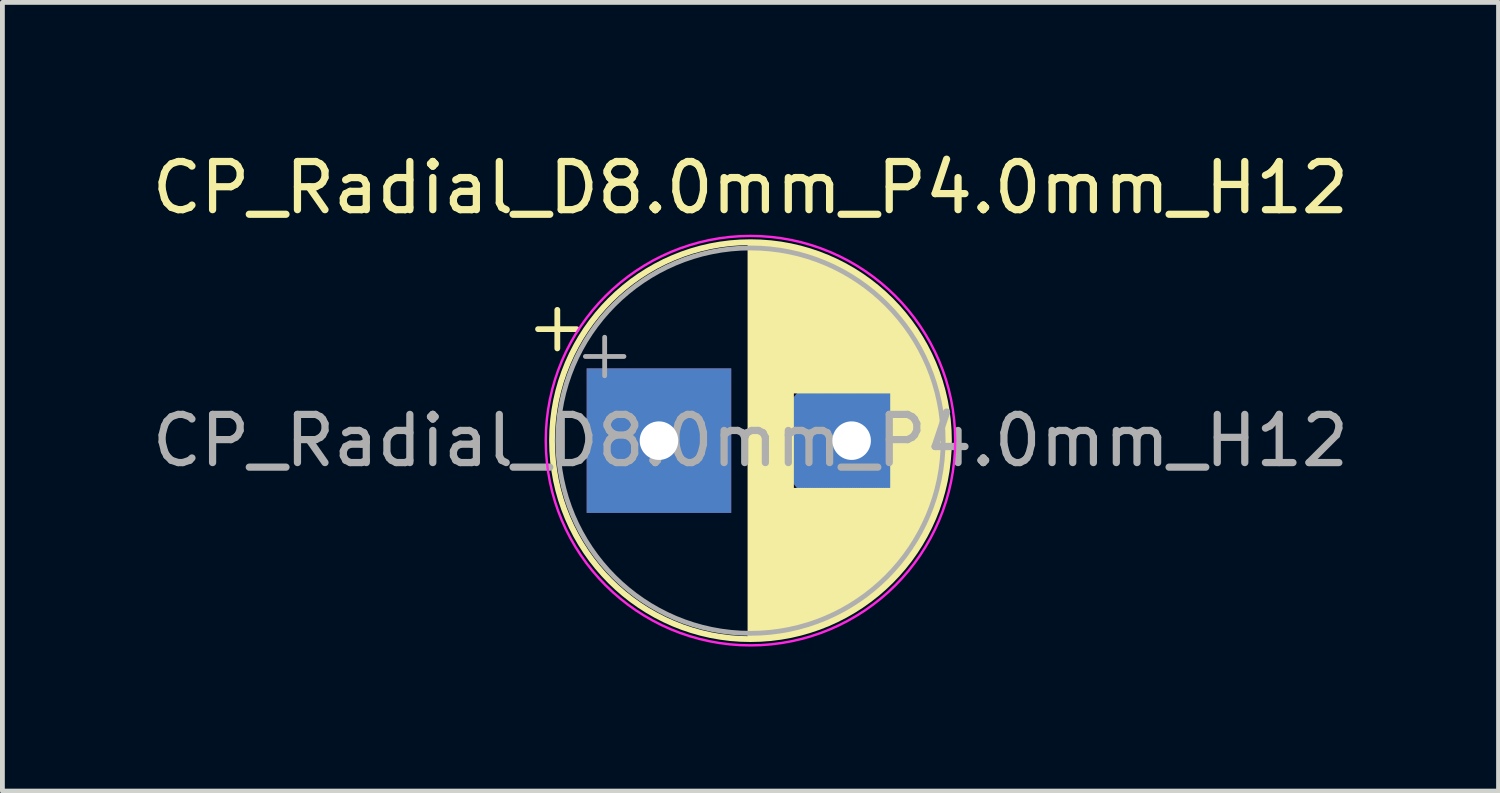
<source format=kicad_pcb>
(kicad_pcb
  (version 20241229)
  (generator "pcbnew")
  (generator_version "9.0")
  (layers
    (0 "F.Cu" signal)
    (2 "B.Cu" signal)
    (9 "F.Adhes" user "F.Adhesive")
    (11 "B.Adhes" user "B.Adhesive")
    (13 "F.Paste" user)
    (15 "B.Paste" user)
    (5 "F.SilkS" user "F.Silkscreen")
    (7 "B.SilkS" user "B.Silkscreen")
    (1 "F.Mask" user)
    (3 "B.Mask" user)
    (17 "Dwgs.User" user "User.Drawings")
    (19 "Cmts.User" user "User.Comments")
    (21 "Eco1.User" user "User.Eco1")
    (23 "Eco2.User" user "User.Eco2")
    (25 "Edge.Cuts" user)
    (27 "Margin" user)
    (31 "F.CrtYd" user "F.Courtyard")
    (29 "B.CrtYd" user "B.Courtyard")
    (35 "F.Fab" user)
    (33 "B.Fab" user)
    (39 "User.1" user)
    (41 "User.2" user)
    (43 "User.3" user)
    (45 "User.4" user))
  (footprint "CP_Radial_D8.0mm_P4.0mm_H12"
    (layer "F.Cu")
    (at 10.63 6.098)
    (property "Reference" "CP_Radial_D8.0mm_P4.0mm_H12" (at 1.9 -5.25 0) (layer "F.SilkS") (effects (font (size 1 1) (thickness 0.15))))
    (attr through_hole)
    (fp_line (start -2.51 -2.315) (end -1.71 -2.315) (stroke (width 0.12) (type solid)) (layer "F.SilkS"))
    (fp_line (start -2.11 -2.715) (end -2.11 -1.915) (stroke (width 0.12) (type solid)) (layer "F.SilkS"))
    (fp_line (start 1.9 -4.08) (end 1.9 4.08) (stroke (width 0.12) (type solid)) (layer "F.SilkS"))
    (fp_line (start 1.94 -4.08) (end 1.94 4.08) (stroke (width 0.12) (type solid)) (layer "F.SilkS"))
    (fp_line (start 1.98 -4.08) (end 1.98 4.08) (stroke (width 0.12) (type solid)) (layer "F.SilkS"))
    (fp_line (start 2.02 -4.079) (end 2.02 4.079) (stroke (width 0.12) (type solid)) (layer "F.SilkS"))
    (fp_line (start 2.06 -4.077) (end 2.06 4.077) (stroke (width 0.12) (type solid)) (layer "F.SilkS"))
    (fp_line (start 2.1 -4.076) (end 2.1 4.076) (stroke (width 0.12) (type solid)) (layer "F.SilkS"))
    (fp_line (start 2.14 -4.074) (end 2.14 4.074) (stroke (width 0.12) (type solid)) (layer "F.SilkS"))
    (fp_line (start 2.18 -4.071) (end 2.18 4.071) (stroke (width 0.12) (type solid)) (layer "F.SilkS"))
    (fp_line (start 2.22 -4.068) (end 2.22 4.068) (stroke (width 0.12) (type solid)) (layer "F.SilkS"))
    (fp_line (start 2.26 -4.065) (end 2.26 4.065) (stroke (width 0.12) (type solid)) (layer "F.SilkS"))
    (fp_line (start 2.3 -4.061) (end 2.3 4.061) (stroke (width 0.12) (type solid)) (layer "F.SilkS"))
    (fp_line (start 2.34 -4.057) (end 2.34 4.057) (stroke (width 0.12) (type solid)) (layer "F.SilkS"))
    (fp_line (start 2.38 -4.052) (end 2.38 4.052) (stroke (width 0.12) (type solid)) (layer "F.SilkS"))
    (fp_line (start 2.42 -4.048) (end 2.42 4.048) (stroke (width 0.12) (type solid)) (layer "F.SilkS"))
    (fp_line (start 2.46 -4.042) (end 2.46 4.042) (stroke (width 0.12) (type solid)) (layer "F.SilkS"))
    (fp_line (start 2.5 -4.037) (end 2.5 4.037) (stroke (width 0.12) (type solid)) (layer "F.SilkS"))
    (fp_line (start 2.54 -4.03) (end 2.54 4.03) (stroke (width 0.12) (type solid)) (layer "F.SilkS"))
    (fp_line (start 2.58 -4.024) (end 2.58 4.024) (stroke (width 0.12) (type solid)) (layer "F.SilkS"))
    (fp_line (start 2.621 -4.017) (end 2.621 4.017) (stroke (width 0.12) (type solid)) (layer "F.SilkS"))
    (fp_line (start 2.661 -4.01) (end 2.661 4.01) (stroke (width 0.12) (type solid)) (layer "F.SilkS"))
    (fp_line (start 2.701 -4.002) (end 2.701 4.002) (stroke (width 0.12) (type solid)) (layer "F.SilkS"))
    (fp_line (start 2.741 -3.994) (end 2.741 3.994) (stroke (width 0.12) (type solid)) (layer "F.SilkS"))
    (fp_line (start 2.781 -3.985) (end 2.781 -1.04) (stroke (width 0.12) (type solid)) (layer "F.SilkS"))
    (fp_line (start 2.781 1.04) (end 2.781 3.985) (stroke (width 0.12) (type solid)) (layer "F.SilkS"))
    (fp_line (start 2.821 -3.976) (end 2.821 -1.04) (stroke (width 0.12) (type solid)) (layer "F.SilkS"))
    (fp_line (start 2.821 1.04) (end 2.821 3.976) (stroke (width 0.12) (type solid)) (layer "F.SilkS"))
    (fp_line (start 2.861 -3.967) (end 2.861 -1.04) (stroke (width 0.12) (type solid)) (layer "F.SilkS"))
    (fp_line (start 2.861 1.04) (end 2.861 3.967) (stroke (width 0.12) (type solid)) (layer "F.SilkS"))
    (fp_line (start 2.901 -3.957) (end 2.901 -1.04) (stroke (width 0.12) (type solid)) (layer "F.SilkS"))
    (fp_line (start 2.901 1.04) (end 2.901 3.957) (stroke (width 0.12) (type solid)) (layer "F.SilkS"))
    (fp_line (start 2.941 -3.947) (end 2.941 -1.04) (stroke (width 0.12) (type solid)) (layer "F.SilkS"))
    (fp_line (start 2.941 1.04) (end 2.941 3.947) (stroke (width 0.12) (type solid)) (layer "F.SilkS"))
    (fp_line (start 2.981 -3.936) (end 2.981 -1.04) (stroke (width 0.12) (type solid)) (layer "F.SilkS"))
    (fp_line (start 2.981 1.04) (end 2.981 3.936) (stroke (width 0.12) (type solid)) (layer "F.SilkS"))
    (fp_line (start 3.021 -3.925) (end 3.021 -1.04) (stroke (width 0.12) (type solid)) (layer "F.SilkS"))
    (fp_line (start 3.021 1.04) (end 3.021 3.925) (stroke (width 0.12) (type solid)) (layer "F.SilkS"))
    (fp_line (start 3.061 -3.914) (end 3.061 -1.04) (stroke (width 0.12) (type solid)) (layer "F.SilkS"))
    (fp_line (start 3.061 1.04) (end 3.061 3.914) (stroke (width 0.12) (type solid)) (layer "F.SilkS"))
    (fp_line (start 3.101 -3.902) (end 3.101 -1.04) (stroke (width 0.12) (type solid)) (layer "F.SilkS"))
    (fp_line (start 3.101 1.04) (end 3.101 3.902) (stroke (width 0.12) (type solid)) (layer "F.SilkS"))
    (fp_line (start 3.141 -3.889) (end 3.141 -1.04) (stroke (width 0.12) (type solid)) (layer "F.SilkS"))
    (fp_line (start 3.141 1.04) (end 3.141 3.889) (stroke (width 0.12) (type solid)) (layer "F.SilkS"))
    (fp_line (start 3.181 -3.877) (end 3.181 -1.04) (stroke (width 0.12) (type solid)) (layer "F.SilkS"))
    (fp_line (start 3.181 1.04) (end 3.181 3.877) (stroke (width 0.12) (type solid)) (layer "F.SilkS"))
    (fp_line (start 3.221 -3.863) (end 3.221 -1.04) (stroke (width 0.12) (type solid)) (layer "F.SilkS"))
    (fp_line (start 3.221 1.04) (end 3.221 3.863) (stroke (width 0.12) (type solid)) (layer "F.SilkS"))
    (fp_line (start 3.261 -3.85) (end 3.261 -1.04) (stroke (width 0.12) (type solid)) (layer "F.SilkS"))
    (fp_line (start 3.261 1.04) (end 3.261 3.85) (stroke (width 0.12) (type solid)) (layer "F.SilkS"))
    (fp_line (start 3.301 -3.835) (end 3.301 -1.04) (stroke (width 0.12) (type solid)) (layer "F.SilkS"))
    (fp_line (start 3.301 1.04) (end 3.301 3.835) (stroke (width 0.12) (type solid)) (layer "F.SilkS"))
    (fp_line (start 3.341 -3.821) (end 3.341 -1.04) (stroke (width 0.12) (type solid)) (layer "F.SilkS"))
    (fp_line (start 3.341 1.04) (end 3.341 3.821) (stroke (width 0.12) (type solid)) (layer "F.SilkS"))
    (fp_line (start 3.381 -3.805) (end 3.381 -1.04) (stroke (width 0.12) (type solid)) (layer "F.SilkS"))
    (fp_line (start 3.381 1.04) (end 3.381 3.805) (stroke (width 0.12) (type solid)) (layer "F.SilkS"))
    (fp_line (start 3.421 -3.79) (end 3.421 -1.04) (stroke (width 0.12) (type solid)) (layer "F.SilkS"))
    (fp_line (start 3.421 1.04) (end 3.421 3.79) (stroke (width 0.12) (type solid)) (layer "F.SilkS"))
    (fp_line (start 3.461 -3.774) (end 3.461 -1.04) (stroke (width 0.12) (type solid)) (layer "F.SilkS"))
    (fp_line (start 3.461 1.04) (end 3.461 3.774) (stroke (width 0.12) (type solid)) (layer "F.SilkS"))
    (fp_line (start 3.501 -3.757) (end 3.501 -1.04) (stroke (width 0.12) (type solid)) (layer "F.SilkS"))
    (fp_line (start 3.501 1.04) (end 3.501 3.757) (stroke (width 0.12) (type solid)) (layer "F.SilkS"))
    (fp_line (start 3.541 -3.74) (end 3.541 -1.04) (stroke (width 0.12) (type solid)) (layer "F.SilkS"))
    (fp_line (start 3.541 1.04) (end 3.541 3.74) (stroke (width 0.12) (type solid)) (layer "F.SilkS"))
    (fp_line (start 3.581 -3.722) (end 3.581 -1.04) (stroke (width 0.12) (type solid)) (layer "F.SilkS"))
    (fp_line (start 3.581 1.04) (end 3.581 3.722) (stroke (width 0.12) (type solid)) (layer "F.SilkS"))
    (fp_line (start 3.621 -3.704) (end 3.621 -1.04) (stroke (width 0.12) (type solid)) (layer "F.SilkS"))
    (fp_line (start 3.621 1.04) (end 3.621 3.704) (stroke (width 0.12) (type solid)) (layer "F.SilkS"))
    (fp_line (start 3.661 -3.686) (end 3.661 -1.04) (stroke (width 0.12) (type solid)) (layer "F.SilkS"))
    (fp_line (start 3.661 1.04) (end 3.661 3.686) (stroke (width 0.12) (type solid)) (layer "F.SilkS"))
    (fp_line (start 3.701 -3.666) (end 3.701 -1.04) (stroke (width 0.12) (type solid)) (layer "F.SilkS"))
    (fp_line (start 3.701 1.04) (end 3.701 3.666) (stroke (width 0.12) (type solid)) (layer "F.SilkS"))
    (fp_line (start 3.741 -3.647) (end 3.741 -1.04) (stroke (width 0.12) (type solid)) (layer "F.SilkS"))
    (fp_line (start 3.741 1.04) (end 3.741 3.647) (stroke (width 0.12) (type solid)) (layer "F.SilkS"))
    (fp_line (start 3.781 -3.627) (end 3.781 -1.04) (stroke (width 0.12) (type solid)) (layer "F.SilkS"))
    (fp_line (start 3.781 1.04) (end 3.781 3.627) (stroke (width 0.12) (type solid)) (layer "F.SilkS"))
    (fp_line (start 3.821 -3.606) (end 3.821 -1.04) (stroke (width 0.12) (type solid)) (layer "F.SilkS"))
    (fp_line (start 3.821 1.04) (end 3.821 3.606) (stroke (width 0.12) (type solid)) (layer "F.SilkS"))
    (fp_line (start 3.861 -3.584) (end 3.861 -1.04) (stroke (width 0.12) (type solid)) (layer "F.SilkS"))
    (fp_line (start 3.861 1.04) (end 3.861 3.584) (stroke (width 0.12) (type solid)) (layer "F.SilkS"))
    (fp_line (start 3.901 -3.562) (end 3.901 -1.04) (stroke (width 0.12) (type solid)) (layer "F.SilkS"))
    (fp_line (start 3.901 1.04) (end 3.901 3.562) (stroke (width 0.12) (type solid)) (layer "F.SilkS"))
    (fp_line (start 3.941 -3.54) (end 3.941 -1.04) (stroke (width 0.12) (type solid)) (layer "F.SilkS"))
    (fp_line (start 3.941 1.04) (end 3.941 3.54) (stroke (width 0.12) (type solid)) (layer "F.SilkS"))
    (fp_line (start 3.981 -3.517) (end 3.981 -1.04) (stroke (width 0.12) (type solid)) (layer "F.SilkS"))
    (fp_line (start 3.981 1.04) (end 3.981 3.517) (stroke (width 0.12) (type solid)) (layer "F.SilkS"))
    (fp_line (start 4.021 -3.493) (end 4.021 -1.04) (stroke (width 0.12) (type solid)) (layer "F.SilkS"))
    (fp_line (start 4.021 1.04) (end 4.021 3.493) (stroke (width 0.12) (type solid)) (layer "F.SilkS"))
    (fp_line (start 4.061 -3.469) (end 4.061 -1.04) (stroke (width 0.12) (type solid)) (layer "F.SilkS"))
    (fp_line (start 4.061 1.04) (end 4.061 3.469) (stroke (width 0.12) (type solid)) (layer "F.SilkS"))
    (fp_line (start 4.101 -3.444) (end 4.101 -1.04) (stroke (width 0.12) (type solid)) (layer "F.SilkS"))
    (fp_line (start 4.101 1.04) (end 4.101 3.444) (stroke (width 0.12) (type solid)) (layer "F.SilkS"))
    (fp_line (start 4.141 -3.418) (end 4.141 -1.04) (stroke (width 0.12) (type solid)) (layer "F.SilkS"))
    (fp_line (start 4.141 1.04) (end 4.141 3.418) (stroke (width 0.12) (type solid)) (layer "F.SilkS"))
    (fp_line (start 4.181 -3.392) (end 4.181 -1.04) (stroke (width 0.12) (type solid)) (layer "F.SilkS"))
    (fp_line (start 4.181 1.04) (end 4.181 3.392) (stroke (width 0.12) (type solid)) (layer "F.SilkS"))
    (fp_line (start 4.221 -3.365) (end 4.221 -1.04) (stroke (width 0.12) (type solid)) (layer "F.SilkS"))
    (fp_line (start 4.221 1.04) (end 4.221 3.365) (stroke (width 0.12) (type solid)) (layer "F.SilkS"))
    (fp_line (start 4.261 -3.338) (end 4.261 -1.04) (stroke (width 0.12) (type solid)) (layer "F.SilkS"))
    (fp_line (start 4.261 1.04) (end 4.261 3.338) (stroke (width 0.12) (type solid)) (layer "F.SilkS"))
    (fp_line (start 4.301 -3.309) (end 4.301 -1.04) (stroke (width 0.12) (type solid)) (layer "F.SilkS"))
    (fp_line (start 4.301 1.04) (end 4.301 3.309) (stroke (width 0.12) (type solid)) (layer "F.SilkS"))
    (fp_line (start 4.341 -3.28) (end 4.341 -1.04) (stroke (width 0.12) (type solid)) (layer "F.SilkS"))
    (fp_line (start 4.341 1.04) (end 4.341 3.28) (stroke (width 0.12) (type solid)) (layer "F.SilkS"))
    (fp_line (start 4.381 -3.25) (end 4.381 -1.04) (stroke (width 0.12) (type solid)) (layer "F.SilkS"))
    (fp_line (start 4.381 1.04) (end 4.381 3.25) (stroke (width 0.12) (type solid)) (layer "F.SilkS"))
    (fp_line (start 4.421 -3.22) (end 4.421 -1.04) (stroke (width 0.12) (type solid)) (layer "F.SilkS"))
    (fp_line (start 4.421 1.04) (end 4.421 3.22) (stroke (width 0.12) (type solid)) (layer "F.SilkS"))
    (fp_line (start 4.461 -3.189) (end 4.461 -1.04) (stroke (width 0.12) (type solid)) (layer "F.SilkS"))
    (fp_line (start 4.461 1.04) (end 4.461 3.189) (stroke (width 0.12) (type solid)) (layer "F.SilkS"))
    (fp_line (start 4.501 -3.156) (end 4.501 -1.04) (stroke (width 0.12) (type solid)) (layer "F.SilkS"))
    (fp_line (start 4.501 1.04) (end 4.501 3.156) (stroke (width 0.12) (type solid)) (layer "F.SilkS"))
    (fp_line (start 4.541 -3.124) (end 4.541 -1.04) (stroke (width 0.12) (type solid)) (layer "F.SilkS"))
    (fp_line (start 4.541 1.04) (end 4.541 3.124) (stroke (width 0.12) (type solid)) (layer "F.SilkS"))
    (fp_line (start 4.581 -3.09) (end 4.581 -1.04) (stroke (width 0.12) (type solid)) (layer "F.SilkS"))
    (fp_line (start 4.581 1.04) (end 4.581 3.09) (stroke (width 0.12) (type solid)) (layer "F.SilkS"))
    (fp_line (start 4.621 -3.055) (end 4.621 -1.04) (stroke (width 0.12) (type solid)) (layer "F.SilkS"))
    (fp_line (start 4.621 1.04) (end 4.621 3.055) (stroke (width 0.12) (type solid)) (layer "F.SilkS"))
    (fp_line (start 4.661 -3.019) (end 4.661 -1.04) (stroke (width 0.12) (type solid)) (layer "F.SilkS"))
    (fp_line (start 4.661 1.04) (end 4.661 3.019) (stroke (width 0.12) (type solid)) (layer "F.SilkS"))
    (fp_line (start 4.701 -2.983) (end 4.701 -1.04) (stroke (width 0.12) (type solid)) (layer "F.SilkS"))
    (fp_line (start 4.701 1.04) (end 4.701 2.983) (stroke (width 0.12) (type solid)) (layer "F.SilkS"))
    (fp_line (start 4.741 -2.945) (end 4.741 -1.04) (stroke (width 0.12) (type solid)) (layer "F.SilkS"))
    (fp_line (start 4.741 1.04) (end 4.741 2.945) (stroke (width 0.12) (type solid)) (layer "F.SilkS"))
    (fp_line (start 4.781 -2.907) (end 4.781 -1.04) (stroke (width 0.12) (type solid)) (layer "F.SilkS"))
    (fp_line (start 4.781 1.04) (end 4.781 2.907) (stroke (width 0.12) (type solid)) (layer "F.SilkS"))
    (fp_line (start 4.821 -2.867) (end 4.821 -1.04) (stroke (width 0.12) (type solid)) (layer "F.SilkS"))
    (fp_line (start 4.821 1.04) (end 4.821 2.867) (stroke (width 0.12) (type solid)) (layer "F.SilkS"))
    (fp_line (start 4.861 -2.826) (end 4.861 2.826) (stroke (width 0.12) (type solid)) (layer "F.SilkS"))
    (fp_line (start 4.901 -2.784) (end 4.901 2.784) (stroke (width 0.12) (type solid)) (layer "F.SilkS"))
    (fp_line (start 4.941 -2.741) (end 4.941 2.741) (stroke (width 0.12) (type solid)) (layer "F.SilkS"))
    (fp_line (start 4.981 -2.697) (end 4.981 2.697) (stroke (width 0.12) (type solid)) (layer "F.SilkS"))
    (fp_line (start 5.021 -2.651) (end 5.021 2.651) (stroke (width 0.12) (type solid)) (layer "F.SilkS"))
    (fp_line (start 5.061 -2.604) (end 5.061 2.604) (stroke (width 0.12) (type solid)) (layer "F.SilkS"))
    (fp_line (start 5.101 -2.556) (end 5.101 2.556) (stroke (width 0.12) (type solid)) (layer "F.SilkS"))
    (fp_line (start 5.141 -2.505) (end 5.141 2.505) (stroke (width 0.12) (type solid)) (layer "F.SilkS"))
    (fp_line (start 5.181 -2.454) (end 5.181 2.454) (stroke (width 0.12) (type solid)) (layer "F.SilkS"))
    (fp_line (start 5.221 -2.4) (end 5.221 2.4) (stroke (width 0.12) (type solid)) (layer "F.SilkS"))
    (fp_line (start 5.261 -2.345) (end 5.261 2.345) (stroke (width 0.12) (type solid)) (layer "F.SilkS"))
    (fp_line (start 5.301 -2.287) (end 5.301 2.287) (stroke (width 0.12) (type solid)) (layer "F.SilkS"))
    (fp_line (start 5.341 -2.228) (end 5.341 2.228) (stroke (width 0.12) (type solid)) (layer "F.SilkS"))
    (fp_line (start 5.381 -2.166) (end 5.381 2.166) (stroke (width 0.12) (type solid)) (layer "F.SilkS"))
    (fp_line (start 5.421 -2.102) (end 5.421 2.102) (stroke (width 0.12) (type solid)) (layer "F.SilkS"))
    (fp_line (start 5.461 -2.034) (end 5.461 2.034) (stroke (width 0.12) (type solid)) (layer "F.SilkS"))
    (fp_line (start 5.501 -1.964) (end 5.501 1.964) (stroke (width 0.12) (type solid)) (layer "F.SilkS"))
    (fp_line (start 5.541 -1.89) (end 5.541 1.89) (stroke (width 0.12) (type solid)) (layer "F.SilkS"))
    (fp_line (start 5.581 -1.813) (end 5.581 1.813) (stroke (width 0.12) (type solid)) (layer "F.SilkS"))
    (fp_line (start 5.621 -1.731) (end 5.621 1.731) (stroke (width 0.12) (type solid)) (layer "F.SilkS"))
    (fp_line (start 5.661 -1.645) (end 5.661 1.645) (stroke (width 0.12) (type solid)) (layer "F.SilkS"))
    (fp_line (start 5.701 -1.552) (end 5.701 1.552) (stroke (width 0.12) (type solid)) (layer "F.SilkS"))
    (fp_line (start 5.741 -1.453) (end 5.741 1.453) (stroke (width 0.12) (type solid)) (layer "F.SilkS"))
    (fp_line (start 5.781 -1.346) (end 5.781 1.346) (stroke (width 0.12) (type solid)) (layer "F.SilkS"))
    (fp_line (start 5.821 -1.229) (end 5.821 1.229) (stroke (width 0.12) (type solid)) (layer "F.SilkS"))
    (fp_line (start 5.861 -1.098) (end 5.861 1.098) (stroke (width 0.12) (type solid)) (layer "F.SilkS"))
    (fp_line (start 5.901 -0.948) (end 5.901 0.948) (stroke (width 0.12) (type solid)) (layer "F.SilkS"))
    (fp_line (start 5.941 -0.768) (end 5.941 0.768) (stroke (width 0.12) (type solid)) (layer "F.SilkS"))
    (fp_line (start 5.981 -0.533) (end 5.981 0.533) (stroke (width 0.12) (type solid)) (layer "F.SilkS"))
    (fp_circle (center 1.9 0) (end 6.02 0) (stroke (width 0.12) (type solid)) (fill no) (layer "F.SilkS"))
    (fp_circle (center 1.9 0) (end 6.15 0) (stroke (width 0.05) (type solid)) (fill no) (layer "F.CrtYd"))
    (fp_line (start -1.527 -1.748) (end -0.727 -1.748) (stroke (width 0.1) (type solid)) (layer "F.Fab"))
    (fp_line (start -1.127 -2.147) (end -1.127 -1.347) (stroke (width 0.1) (type solid)) (layer "F.Fab"))
    (fp_circle (center 1.9 0) (end 5.9 0) (stroke (width 0.1) (type solid)) (fill no) (layer "F.Fab"))
    (fp_text user "${REFERENCE}" (at 1.9 0 0) (layer "F.Fab") (effects (font (size 1 1) (thickness 0.15))))
    (pad "1" thru_hole rect (at 0 0) (size 3 3) (drill 0.8) (layers "*.Cu" "*.Mask"))
    (pad "2" thru_hole circle (at 4 0) (size 3 3) (drill 0.8) (layers "*.Cu" "*.Mask")))
  (gr_rect
    (start -3 -3)
    (end 28.06 13.373)
    (stroke (width 0.1) (type default))
    (fill no)
    (layer "Edge.Cuts")))
</source>
